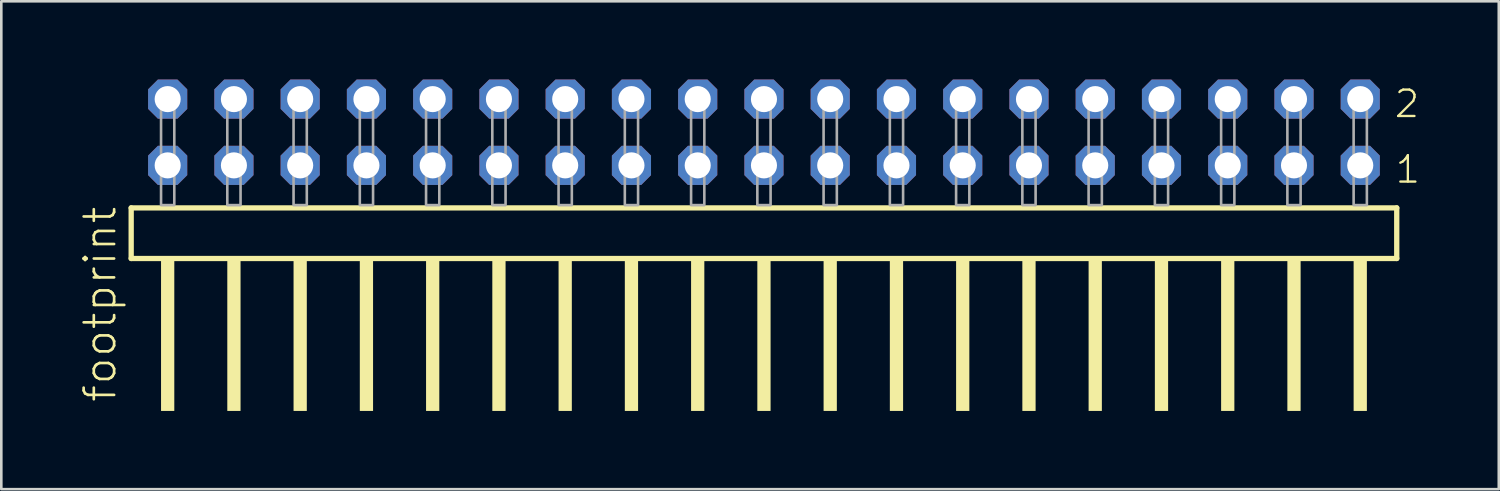
<source format=kicad_pcb>
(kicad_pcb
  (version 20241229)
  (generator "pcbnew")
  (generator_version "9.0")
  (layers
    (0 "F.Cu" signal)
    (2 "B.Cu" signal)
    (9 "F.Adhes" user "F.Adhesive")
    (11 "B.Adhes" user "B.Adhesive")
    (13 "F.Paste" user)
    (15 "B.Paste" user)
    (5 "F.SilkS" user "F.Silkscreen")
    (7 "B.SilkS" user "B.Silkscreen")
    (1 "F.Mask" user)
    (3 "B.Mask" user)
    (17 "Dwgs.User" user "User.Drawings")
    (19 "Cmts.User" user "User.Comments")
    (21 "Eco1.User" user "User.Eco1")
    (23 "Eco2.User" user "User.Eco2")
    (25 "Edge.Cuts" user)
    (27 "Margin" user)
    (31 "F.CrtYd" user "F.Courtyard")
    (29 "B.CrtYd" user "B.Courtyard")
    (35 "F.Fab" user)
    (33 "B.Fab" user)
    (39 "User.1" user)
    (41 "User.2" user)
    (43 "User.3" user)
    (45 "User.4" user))
  (footprint "footprint"
    (layer "F.Cu")
    (at 26.238 4.814)
    (property "Reference" "footprint" (at -24.765 7.62 90) (layer "F.SilkS") (effects (font (size 1.168 1.168) (thickness 0.102)) (justify left bottom)))
    (fp_line (start -24.259 0.106) (end -24.259 2.046) (stroke (width 0.203) (type solid)) (layer "F.SilkS"))
    (fp_line (start -24.259 2.046) (end 24.259 2.046) (stroke (width 0.203) (type solid)) (layer "F.SilkS"))
    (fp_line (start 24.259 0.106) (end -24.259 0.106) (stroke (width 0.203) (type solid)) (layer "F.SilkS"))
    (fp_line (start 24.259 2.046) (end 24.259 0.106) (stroke (width 0.203) (type solid)) (layer "F.SilkS"))
    (fp_poly (pts (xy -23.114 7.89) (xy -22.606 7.89) (xy -22.606 2.04) (xy -23.114 2.04)) (stroke (width 0) (type solid)) (fill yes) (layer "F.SilkS"))
    (fp_poly (pts (xy -20.574 7.89) (xy -20.066 7.89) (xy -20.066 2.04) (xy -20.574 2.04)) (stroke (width 0) (type solid)) (fill yes) (layer "F.SilkS"))
    (fp_poly (pts (xy -18.034 7.89) (xy -17.526 7.89) (xy -17.526 2.04) (xy -18.034 2.04)) (stroke (width 0) (type solid)) (fill yes) (layer "F.SilkS"))
    (fp_poly (pts (xy -15.494 7.89) (xy -14.986 7.89) (xy -14.986 2.04) (xy -15.494 2.04)) (stroke (width 0) (type solid)) (fill yes) (layer "F.SilkS"))
    (fp_poly (pts (xy -12.954 7.89) (xy -12.446 7.89) (xy -12.446 2.04) (xy -12.954 2.04)) (stroke (width 0) (type solid)) (fill yes) (layer "F.SilkS"))
    (fp_poly (pts (xy -10.414 7.89) (xy -9.906 7.89) (xy -9.906 2.04) (xy -10.414 2.04)) (stroke (width 0) (type solid)) (fill yes) (layer "F.SilkS"))
    (fp_poly (pts (xy -7.874 7.89) (xy -7.366 7.89) (xy -7.366 2.04) (xy -7.874 2.04)) (stroke (width 0) (type solid)) (fill yes) (layer "F.SilkS"))
    (fp_poly (pts (xy -5.334 7.89) (xy -4.826 7.89) (xy -4.826 2.04) (xy -5.334 2.04)) (stroke (width 0) (type solid)) (fill yes) (layer "F.SilkS"))
    (fp_poly (pts (xy -2.794 7.89) (xy -2.286 7.89) (xy -2.286 2.04) (xy -2.794 2.04)) (stroke (width 0) (type solid)) (fill yes) (layer "F.SilkS"))
    (fp_poly (pts (xy -0.254 7.89) (xy 0.254 7.89) (xy 0.254 2.04) (xy -0.254 2.04)) (stroke (width 0) (type solid)) (fill yes) (layer "F.SilkS"))
    (fp_poly (pts (xy 2.286 7.89) (xy 2.794 7.89) (xy 2.794 2.04) (xy 2.286 2.04)) (stroke (width 0) (type solid)) (fill yes) (layer "F.SilkS"))
    (fp_poly (pts (xy 4.826 7.89) (xy 5.334 7.89) (xy 5.334 2.04) (xy 4.826 2.04)) (stroke (width 0) (type solid)) (fill yes) (layer "F.SilkS"))
    (fp_poly (pts (xy 7.366 7.89) (xy 7.874 7.89) (xy 7.874 2.04) (xy 7.366 2.04)) (stroke (width 0) (type solid)) (fill yes) (layer "F.SilkS"))
    (fp_poly (pts (xy 9.906 7.89) (xy 10.414 7.89) (xy 10.414 2.04) (xy 9.906 2.04)) (stroke (width 0) (type solid)) (fill yes) (layer "F.SilkS"))
    (fp_poly (pts (xy 12.446 7.89) (xy 12.954 7.89) (xy 12.954 2.04) (xy 12.446 2.04)) (stroke (width 0) (type solid)) (fill yes) (layer "F.SilkS"))
    (fp_poly (pts (xy 14.986 7.89) (xy 15.494 7.89) (xy 15.494 2.04) (xy 14.986 2.04)) (stroke (width 0) (type solid)) (fill yes) (layer "F.SilkS"))
    (fp_poly (pts (xy 17.526 7.89) (xy 18.034 7.89) (xy 18.034 2.04) (xy 17.526 2.04)) (stroke (width 0) (type solid)) (fill yes) (layer "F.SilkS"))
    (fp_poly (pts (xy 20.066 7.89) (xy 20.574 7.89) (xy 20.574 2.04) (xy 20.066 2.04)) (stroke (width 0) (type solid)) (fill yes) (layer "F.SilkS"))
    (fp_poly (pts (xy 22.606 7.89) (xy 23.114 7.89) (xy 23.114 2.04) (xy 22.606 2.04)) (stroke (width 0) (type solid)) (fill yes) (layer "F.SilkS"))
    (fp_poly (pts (xy -23.114 0) (xy -22.606 0) (xy -22.606 -4.318) (xy -23.114 -4.318)) (stroke (width 0.1) (type solid)) (fill no) (layer "F.Fab"))
    (fp_poly (pts (xy -20.574 0) (xy -20.066 0) (xy -20.066 -4.318) (xy -20.574 -4.318)) (stroke (width 0.1) (type solid)) (fill no) (layer "F.Fab"))
    (fp_poly (pts (xy -18.034 0) (xy -17.526 0) (xy -17.526 -4.318) (xy -18.034 -4.318)) (stroke (width 0.1) (type solid)) (fill no) (layer "F.Fab"))
    (fp_poly (pts (xy -15.494 0) (xy -14.986 0) (xy -14.986 -4.318) (xy -15.494 -4.318)) (stroke (width 0.1) (type solid)) (fill no) (layer "F.Fab"))
    (fp_poly (pts (xy -12.954 0) (xy -12.446 0) (xy -12.446 -4.318) (xy -12.954 -4.318)) (stroke (width 0.1) (type solid)) (fill no) (layer "F.Fab"))
    (fp_poly (pts (xy -10.414 0) (xy -9.906 0) (xy -9.906 -4.318) (xy -10.414 -4.318)) (stroke (width 0.1) (type solid)) (fill no) (layer "F.Fab"))
    (fp_poly (pts (xy -7.874 0) (xy -7.366 0) (xy -7.366 -4.318) (xy -7.874 -4.318)) (stroke (width 0.1) (type solid)) (fill no) (layer "F.Fab"))
    (fp_poly (pts (xy -5.334 0) (xy -4.826 0) (xy -4.826 -4.318) (xy -5.334 -4.318)) (stroke (width 0.1) (type solid)) (fill no) (layer "F.Fab"))
    (fp_poly (pts (xy -2.794 0) (xy -2.286 0) (xy -2.286 -4.318) (xy -2.794 -4.318)) (stroke (width 0.1) (type solid)) (fill no) (layer "F.Fab"))
    (fp_poly (pts (xy -0.254 0) (xy 0.254 0) (xy 0.254 -4.318) (xy -0.254 -4.318)) (stroke (width 0.1) (type solid)) (fill no) (layer "F.Fab"))
    (fp_poly (pts (xy 2.286 0) (xy 2.794 0) (xy 2.794 -4.318) (xy 2.286 -4.318)) (stroke (width 0.1) (type solid)) (fill no) (layer "F.Fab"))
    (fp_poly (pts (xy 4.826 0) (xy 5.334 0) (xy 5.334 -4.318) (xy 4.826 -4.318)) (stroke (width 0.1) (type solid)) (fill no) (layer "F.Fab"))
    (fp_poly (pts (xy 7.366 0) (xy 7.874 0) (xy 7.874 -4.318) (xy 7.366 -4.318)) (stroke (width 0.1) (type solid)) (fill no) (layer "F.Fab"))
    (fp_poly (pts (xy 9.906 0) (xy 10.414 0) (xy 10.414 -4.318) (xy 9.906 -4.318)) (stroke (width 0.1) (type solid)) (fill no) (layer "F.Fab"))
    (fp_poly (pts (xy 12.446 0) (xy 12.954 0) (xy 12.954 -4.318) (xy 12.446 -4.318)) (stroke (width 0.1) (type solid)) (fill no) (layer "F.Fab"))
    (fp_poly (pts (xy 14.986 0) (xy 15.494 0) (xy 15.494 -4.318) (xy 14.986 -4.318)) (stroke (width 0.1) (type solid)) (fill no) (layer "F.Fab"))
    (fp_poly (pts (xy 17.526 0) (xy 18.034 0) (xy 18.034 -4.318) (xy 17.526 -4.318)) (stroke (width 0.1) (type solid)) (fill no) (layer "F.Fab"))
    (fp_poly (pts (xy 20.066 0) (xy 20.574 0) (xy 20.574 -4.318) (xy 20.066 -4.318)) (stroke (width 0.1) (type solid)) (fill no) (layer "F.Fab"))
    (fp_poly (pts (xy 22.606 0) (xy 23.114 0) (xy 23.114 -4.318) (xy 22.606 -4.318)) (stroke (width 0.1) (type solid)) (fill no) (layer "F.Fab"))
    (fp_text user "2" (at 24.11 -3.29 0) (layer "F.SilkS") (effects (font (size 1.012 1.012) (thickness 0.088)) (justify left bottom)))
    (fp_text user "1" (at 24.145 -0.775 0) (layer "F.SilkS") (effects (font (size 1.012 1.012) (thickness 0.088)) (justify left bottom)))
    (pad "1" thru_hole roundrect (at 22.86 -1.524 180) (size 1.5 1.5) (drill 1) (layers "*.Cu" "*.Mask") (roundrect_rratio 0.25) (chamfer_ratio 0.25) (chamfer top_left top_right bottom_left bottom_right))
    (pad "2" thru_hole roundrect (at 22.86 -4.064 180) (size 1.5 1.5) (drill 1) (layers "*.Cu" "*.Mask") (roundrect_rratio 0.25) (chamfer_ratio 0.25) (chamfer top_left top_right bottom_left bottom_right))
    (pad "3" thru_hole roundrect (at 20.32 -1.524 180) (size 1.5 1.5) (drill 1) (layers "*.Cu" "*.Mask") (roundrect_rratio 0.25) (chamfer_ratio 0.25) (chamfer top_left top_right bottom_left bottom_right))
    (pad "4" thru_hole roundrect (at 20.32 -4.064 180) (size 1.5 1.5) (drill 1) (layers "*.Cu" "*.Mask") (roundrect_rratio 0.25) (chamfer_ratio 0.25) (chamfer top_left top_right bottom_left bottom_right))
    (pad "5" thru_hole roundrect (at 17.78 -1.524 180) (size 1.5 1.5) (drill 1) (layers "*.Cu" "*.Mask") (roundrect_rratio 0.25) (chamfer_ratio 0.25) (chamfer top_left top_right bottom_left bottom_right))
    (pad "6" thru_hole roundrect (at 17.78 -4.064 180) (size 1.5 1.5) (drill 1) (layers "*.Cu" "*.Mask") (roundrect_rratio 0.25) (chamfer_ratio 0.25) (chamfer top_left top_right bottom_left bottom_right))
    (pad "7" thru_hole roundrect (at 15.24 -1.524 180) (size 1.5 1.5) (drill 1) (layers "*.Cu" "*.Mask") (roundrect_rratio 0.25) (chamfer_ratio 0.25) (chamfer top_left top_right bottom_left bottom_right))
    (pad "8" thru_hole roundrect (at 15.24 -4.064 180) (size 1.5 1.5) (drill 1) (layers "*.Cu" "*.Mask") (roundrect_rratio 0.25) (chamfer_ratio 0.25) (chamfer top_left top_right bottom_left bottom_right))
    (pad "9" thru_hole roundrect (at 12.7 -1.524 180) (size 1.5 1.5) (drill 1) (layers "*.Cu" "*.Mask") (roundrect_rratio 0.25) (chamfer_ratio 0.25) (chamfer top_left top_right bottom_left bottom_right))
    (pad "10" thru_hole roundrect (at 12.7 -4.064 180) (size 1.5 1.5) (drill 1) (layers "*.Cu" "*.Mask") (roundrect_rratio 0.25) (chamfer_ratio 0.25) (chamfer top_left top_right bottom_left bottom_right))
    (pad "11" thru_hole roundrect (at 10.16 -1.524 180) (size 1.5 1.5) (drill 1) (layers "*.Cu" "*.Mask") (roundrect_rratio 0.25) (chamfer_ratio 0.25) (chamfer top_left top_right bottom_left bottom_right))
    (pad "12" thru_hole roundrect (at 10.16 -4.064 180) (size 1.5 1.5) (drill 1) (layers "*.Cu" "*.Mask") (roundrect_rratio 0.25) (chamfer_ratio 0.25) (chamfer top_left top_right bottom_left bottom_right))
    (pad "13" thru_hole roundrect (at 7.62 -1.524 180) (size 1.5 1.5) (drill 1) (layers "*.Cu" "*.Mask") (roundrect_rratio 0.25) (chamfer_ratio 0.25) (chamfer top_left top_right bottom_left bottom_right))
    (pad "14" thru_hole roundrect (at 7.62 -4.064 180) (size 1.5 1.5) (drill 1) (layers "*.Cu" "*.Mask") (roundrect_rratio 0.25) (chamfer_ratio 0.25) (chamfer top_left top_right bottom_left bottom_right))
    (pad "15" thru_hole roundrect (at 5.08 -1.524 180) (size 1.5 1.5) (drill 1) (layers "*.Cu" "*.Mask") (roundrect_rratio 0.25) (chamfer_ratio 0.25) (chamfer top_left top_right bottom_left bottom_right))
    (pad "16" thru_hole roundrect (at 5.08 -4.064 180) (size 1.5 1.5) (drill 1) (layers "*.Cu" "*.Mask") (roundrect_rratio 0.25) (chamfer_ratio 0.25) (chamfer top_left top_right bottom_left bottom_right))
    (pad "17" thru_hole roundrect (at 2.54 -1.524 180) (size 1.5 1.5) (drill 1) (layers "*.Cu" "*.Mask") (roundrect_rratio 0.25) (chamfer_ratio 0.25) (chamfer top_left top_right bottom_left bottom_right))
    (pad "18" thru_hole roundrect (at 2.54 -4.064 180) (size 1.5 1.5) (drill 1) (layers "*.Cu" "*.Mask") (roundrect_rratio 0.25) (chamfer_ratio 0.25) (chamfer top_left top_right bottom_left bottom_right))
    (pad "19" thru_hole roundrect (at 0 -1.524 180) (size 1.5 1.5) (drill 1) (layers "*.Cu" "*.Mask") (roundrect_rratio 0.25) (chamfer_ratio 0.25) (chamfer top_left top_right bottom_left bottom_right))
    (pad "20" thru_hole roundrect (at 0 -4.064 180) (size 1.5 1.5) (drill 1) (layers "*.Cu" "*.Mask") (roundrect_rratio 0.25) (chamfer_ratio 0.25) (chamfer top_left top_right bottom_left bottom_right))
    (pad "21" thru_hole roundrect (at -2.54 -1.524 180) (size 1.5 1.5) (drill 1) (layers "*.Cu" "*.Mask") (roundrect_rratio 0.25) (chamfer_ratio 0.25) (chamfer top_left top_right bottom_left bottom_right))
    (pad "22" thru_hole roundrect (at -2.54 -4.064 180) (size 1.5 1.5) (drill 1) (layers "*.Cu" "*.Mask") (roundrect_rratio 0.25) (chamfer_ratio 0.25) (chamfer top_left top_right bottom_left bottom_right))
    (pad "23" thru_hole roundrect (at -5.08 -1.524 180) (size 1.5 1.5) (drill 1) (layers "*.Cu" "*.Mask") (roundrect_rratio 0.25) (chamfer_ratio 0.25) (chamfer top_left top_right bottom_left bottom_right))
    (pad "24" thru_hole roundrect (at -5.08 -4.064 180) (size 1.5 1.5) (drill 1) (layers "*.Cu" "*.Mask") (roundrect_rratio 0.25) (chamfer_ratio 0.25) (chamfer top_left top_right bottom_left bottom_right))
    (pad "25" thru_hole roundrect (at -7.62 -1.524 180) (size 1.5 1.5) (drill 1) (layers "*.Cu" "*.Mask") (roundrect_rratio 0.25) (chamfer_ratio 0.25) (chamfer top_left top_right bottom_left bottom_right))
    (pad "26" thru_hole roundrect (at -7.62 -4.064 180) (size 1.5 1.5) (drill 1) (layers "*.Cu" "*.Mask") (roundrect_rratio 0.25) (chamfer_ratio 0.25) (chamfer top_left top_right bottom_left bottom_right))
    (pad "27" thru_hole roundrect (at -10.16 -1.524 180) (size 1.5 1.5) (drill 1) (layers "*.Cu" "*.Mask") (roundrect_rratio 0.25) (chamfer_ratio 0.25) (chamfer top_left top_right bottom_left bottom_right))
    (pad "28" thru_hole roundrect (at -10.16 -4.064 180) (size 1.5 1.5) (drill 1) (layers "*.Cu" "*.Mask") (roundrect_rratio 0.25) (chamfer_ratio 0.25) (chamfer top_left top_right bottom_left bottom_right))
    (pad "29" thru_hole roundrect (at -12.7 -1.524 180) (size 1.5 1.5) (drill 1) (layers "*.Cu" "*.Mask") (roundrect_rratio 0.25) (chamfer_ratio 0.25) (chamfer top_left top_right bottom_left bottom_right))
    (pad "30" thru_hole roundrect (at -12.7 -4.064 180) (size 1.5 1.5) (drill 1) (layers "*.Cu" "*.Mask") (roundrect_rratio 0.25) (chamfer_ratio 0.25) (chamfer top_left top_right bottom_left bottom_right))
    (pad "31" thru_hole roundrect (at -15.24 -1.524 180) (size 1.5 1.5) (drill 1) (layers "*.Cu" "*.Mask") (roundrect_rratio 0.25) (chamfer_ratio 0.25) (chamfer top_left top_right bottom_left bottom_right))
    (pad "32" thru_hole roundrect (at -15.24 -4.064 180) (size 1.5 1.5) (drill 1) (layers "*.Cu" "*.Mask") (roundrect_rratio 0.25) (chamfer_ratio 0.25) (chamfer top_left top_right bottom_left bottom_right))
    (pad "33" thru_hole roundrect (at -17.78 -1.524 180) (size 1.5 1.5) (drill 1) (layers "*.Cu" "*.Mask") (roundrect_rratio 0.25) (chamfer_ratio 0.25) (chamfer top_left top_right bottom_left bottom_right))
    (pad "34" thru_hole roundrect (at -17.78 -4.064 180) (size 1.5 1.5) (drill 1) (layers "*.Cu" "*.Mask") (roundrect_rratio 0.25) (chamfer_ratio 0.25) (chamfer top_left top_right bottom_left bottom_right))
    (pad "35" thru_hole roundrect (at -20.32 -1.524 180) (size 1.5 1.5) (drill 1) (layers "*.Cu" "*.Mask") (roundrect_rratio 0.25) (chamfer_ratio 0.25) (chamfer top_left top_right bottom_left bottom_right))
    (pad "36" thru_hole roundrect (at -20.32 -4.064 180) (size 1.5 1.5) (drill 1) (layers "*.Cu" "*.Mask") (roundrect_rratio 0.25) (chamfer_ratio 0.25) (chamfer top_left top_right bottom_left bottom_right))
    (pad "37" thru_hole roundrect (at -22.86 -1.524 180) (size 1.5 1.5) (drill 1) (layers "*.Cu" "*.Mask") (roundrect_rratio 0.25) (chamfer_ratio 0.25) (chamfer top_left top_right bottom_left bottom_right))
    (pad "38" thru_hole roundrect (at -22.86 -4.064 180) (size 1.5 1.5) (drill 1) (layers "*.Cu" "*.Mask") (roundrect_rratio 0.25) (chamfer_ratio 0.25) (chamfer top_left top_right bottom_left bottom_right)))
  (gr_rect
    (start -3 -3)
    (end 54.409 15.704)
    (stroke (width 0.1) (type default))
    (fill no)
    (layer "Edge.Cuts")))
</source>
